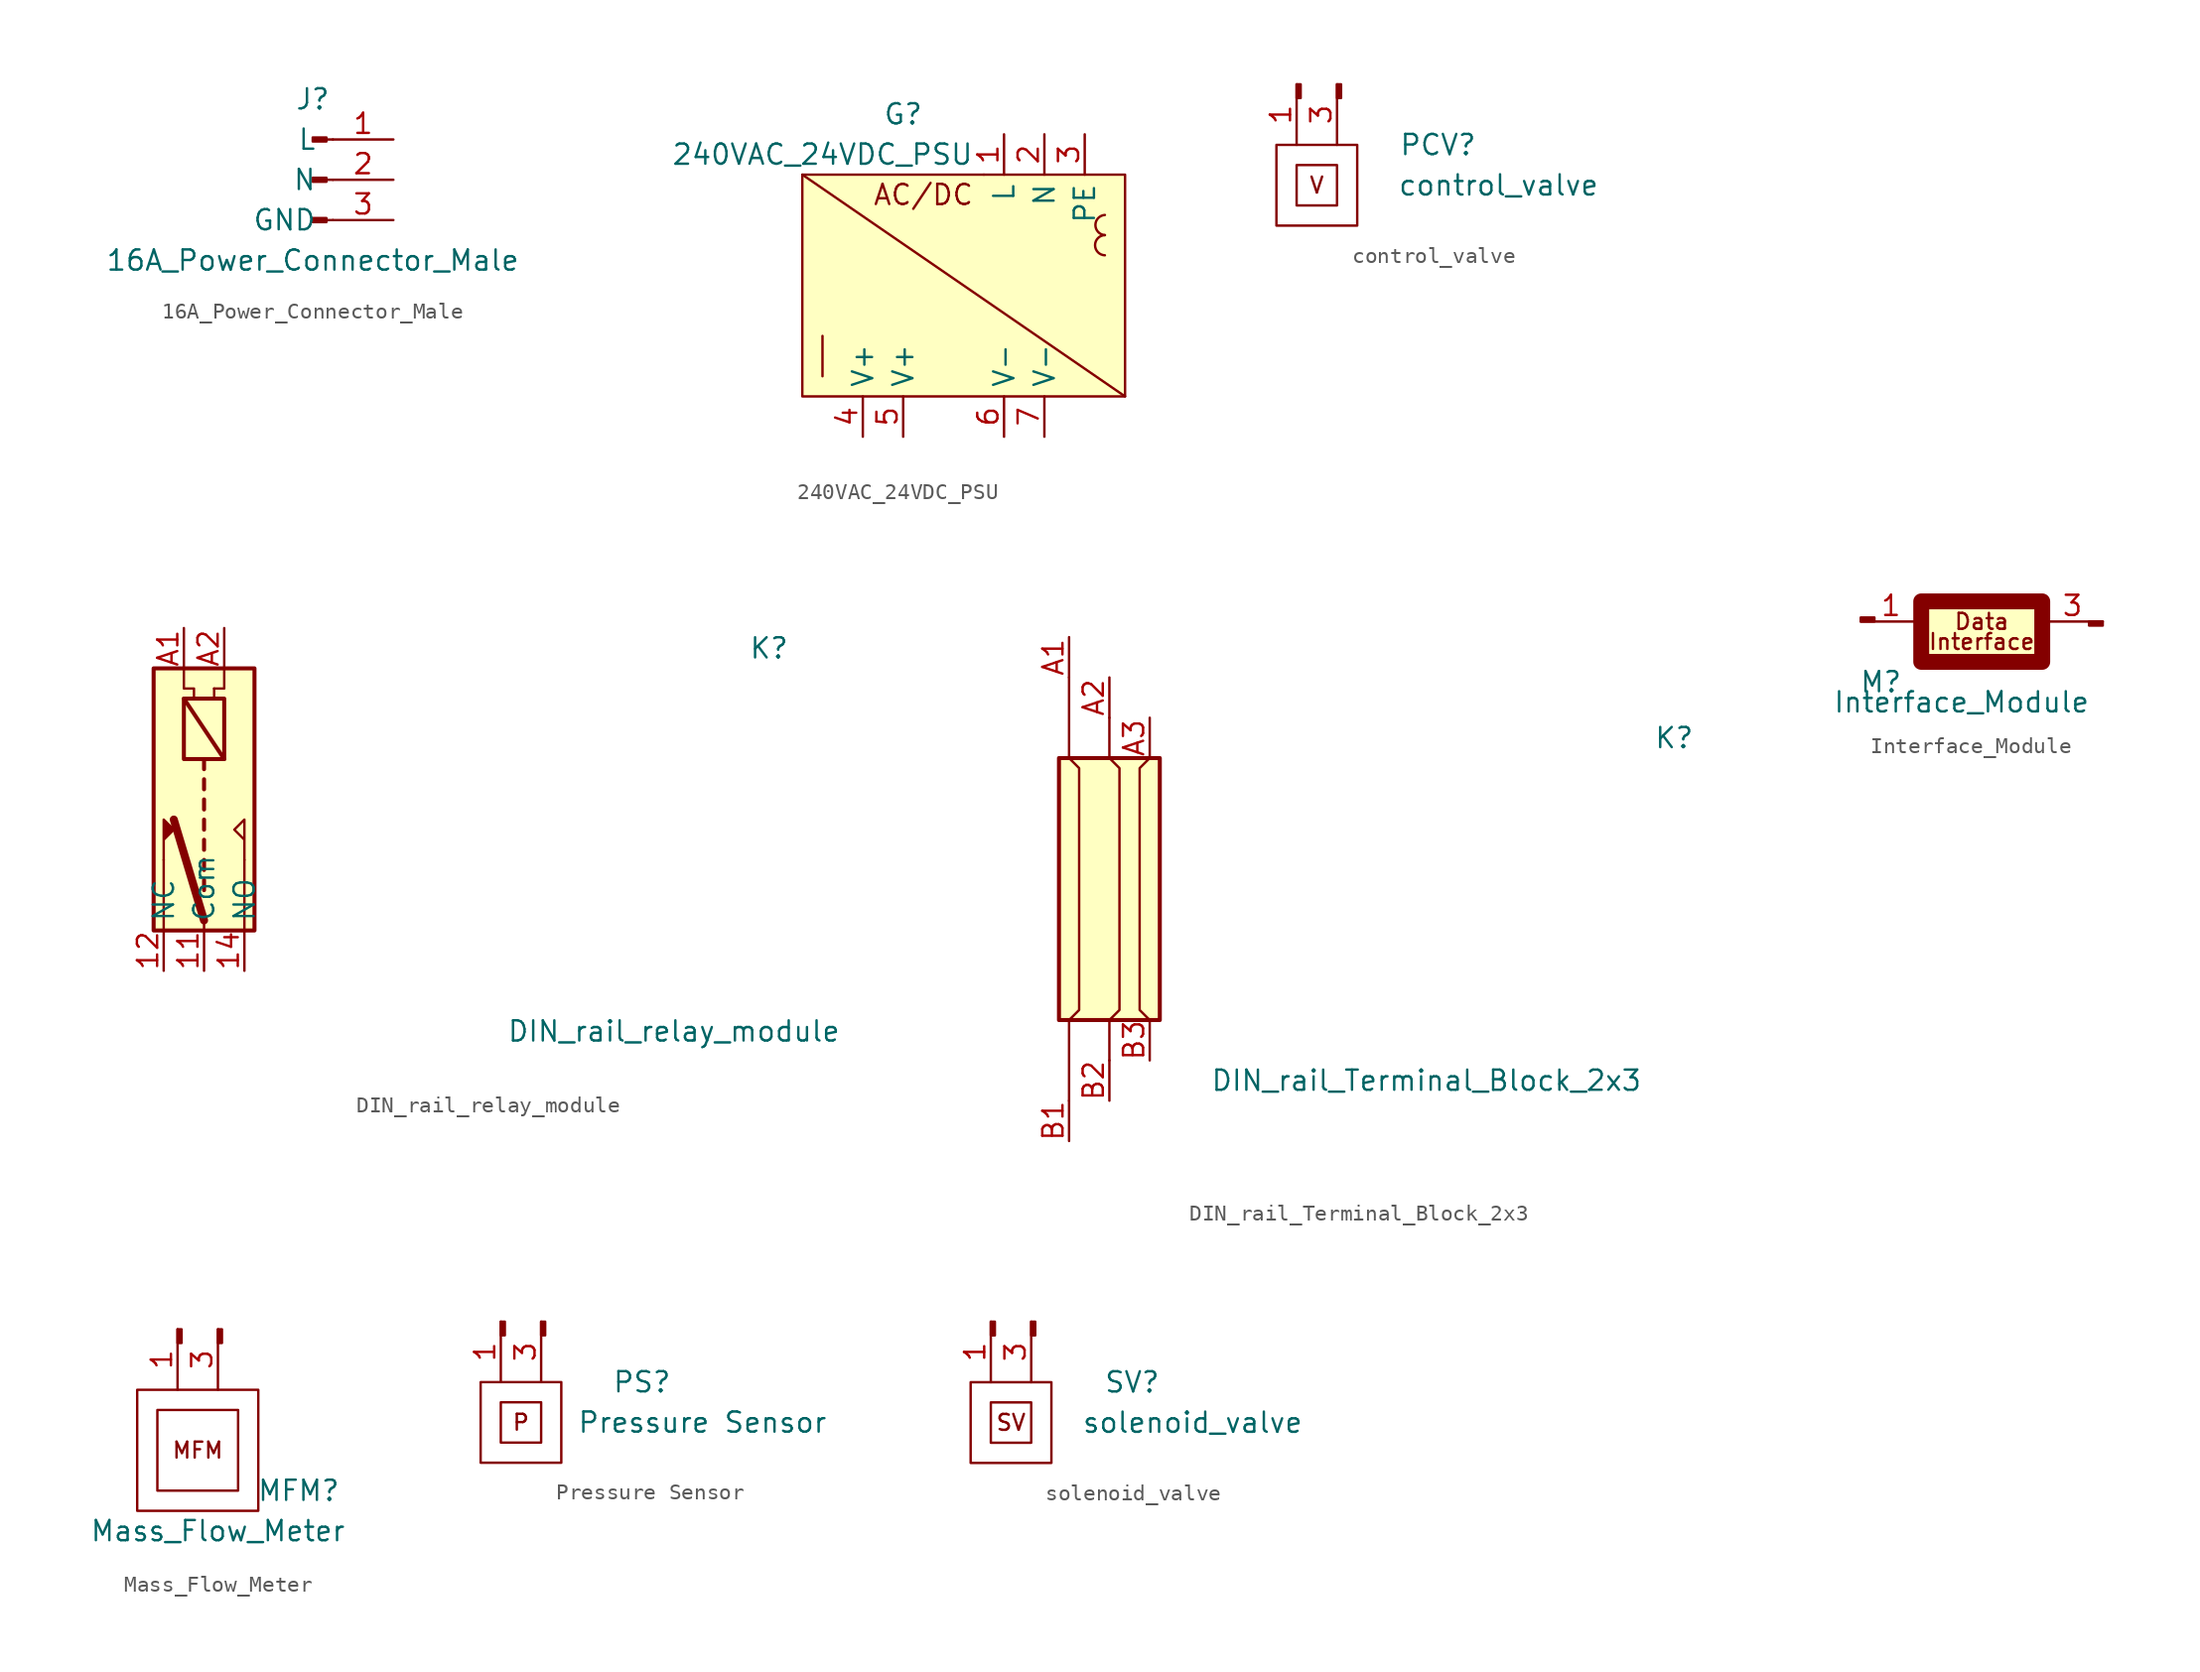
<source format=kicad_sym>
(kicad_symbol_lib
  (version 20211014)
  (generator kicad_symbol_editor)
  (symbol "16A_Power_Connector_Male"
    (pin_names
      (offset 1.016))
    (property "Reference" "J"
      (at 0 5.08 0)
      (effects (font (size 1.27 1.27))))
    (property "Value" "16A_Power_Connector_Male"
      (at 0 -5.08 0)
      (effects (font (size 1.27 1.27))))
    (symbol "16A_Power_Connector_Male_1_1"
      (polyline (pts (xy 1.27 -2.54) (xy 0.864 -2.54)) (stroke (width 0.152) (type default) (color 0 0 0 0)) (fill (type none)))
      (polyline (pts (xy 1.27 0) (xy 0.864 0)) (stroke (width 0.152) (type default) (color 0 0 0 0)) (fill (type none)))
      (polyline (pts (xy 1.27 2.54) (xy 0.864 2.54)) (stroke (width 0.152) (type default) (color 0 0 0 0)) (fill (type none)))
      (rectangle (start 0.864 -2.413) (end 0 -2.667) (stroke (width 0.152) (type default) (color 0 0 0 0)) (fill (type outline)))
      (rectangle (start 0.864 0.127) (end 0 -0.127) (stroke (width 0.152) (type default) (color 0 0 0 0)) (fill (type outline)))
      (rectangle (start 0.864 2.667) (end 0 2.413) (stroke (width 0.152) (type default) (color 0 0 0 0)) (fill (type outline)))
      (pin passive line (at 5.08 2.54 180) (length 3.81) (name "L" (effects (font (size 1.27 1.27)))) (number "1" (effects (font (size 1.27 1.27)))))
      (pin passive line (at 5.08 0 180) (length 3.81) (name "N" (effects (font (size 1.27 1.27)))) (number "2" (effects (font (size 1.27 1.27)))))
      (pin passive line (at 5.08 -2.54 180) (length 3.81) (name "GND" (effects (font (size 1.27 1.27)))) (number "3" (effects (font (size 1.27 1.27)))))))
  (symbol "240VAC_24VDC_PSU"
    (property "Reference" "G"
      (at -6.35 6.35 0)
      (effects (font (size 1.27 1.27))))
    (property "Value" "240VAC_24VDC_PSU"
      (at -11.43 3.81 0)
      (effects (font (size 1.27 1.27))))
    (symbol "240VAC_24VDC_PSU_0_0"
      (arc (start -1.27 2.54) (mid -1.27 2.54) (end -1.27 2.54) (stroke (width 0) (type default) (color 0 0 0 0)) (fill (type none)))
      (polyline (pts (xy -12.7 2.54) (xy 7.62 -11.43)) (stroke (width 0) (type default) (color 0 0 0 0)) (fill (type none)))
      (polyline (pts (xy -11.43 -7.62) (xy -11.43 -10.16)) (stroke (width 0) (type default) (color 0 0 0 0)) (fill (type none)))
      (arc (start 6.35 -1.27) (mid 5.7307 -1.905) (end 6.35 -2.54) (stroke (width 0) (type default) (color 0 0 0 0)) (fill (type none)))
      (arc (start 6.35 0) (mid 5.6747 -0.635) (end 6.35 -1.27) (stroke (width 0) (type default) (color 0 0 0 0)) (fill (type none)))
      (text "AC/DC" (at -5.08 1.27 0) (effects (font (size 1.27 1.27))))
      (pin power_in line (at 0 5.08 270) (length 2.54) (name "L" (effects (font (size 1.27 1.27)))) (number "1" (effects (font (size 1.27 1.27)))))
      (pin passive line (at 2.54 5.08 270) (length 2.54) (name "N" (effects (font (size 1.27 1.27)))) (number "2" (effects (font (size 1.27 1.27)))))
      (pin passive line (at 5.08 5.08 270) (length 2.54) (name "PE" (effects (font (size 1.27 1.27)))) (number "3" (effects (font (size 1.27 1.27)))))
      (pin passive line (at -8.89 -13.97 90) (length 2.54) (name "V+" (effects (font (size 1.27 1.27)))) (number "4" (effects (font (size 1.27 1.27)))))
      (pin passive line (at -6.35 -13.97 90) (length 2.54) (name "V+" (effects (font (size 1.27 1.27)))) (number "5" (effects (font (size 1.27 1.27)))))
      (pin passive line (at 0 -13.97 90) (length 2.54) (name "V-" (effects (font (size 1.27 1.27)))) (number "6" (effects (font (size 1.27 1.27)))))
      (pin passive line (at 2.54 -13.97 90) (length 2.54) (name "V-" (effects (font (size 1.27 1.27)))) (number "7" (effects (font (size 1.27 1.27))))))
    (symbol "240VAC_24VDC_PSU_0_1"
      (rectangle (start 7.62 2.54) (end -12.7 -11.43) (stroke (width 0) (type default) (color 0 0 0 0)) (fill (type background)))))
  (symbol "control_valve"
    (pin_names
      (offset 1.016) hide)
    (property "Reference" "PCV"
      (at 7.62 2.54 0)
      (effects (font (size 1.27 1.27))))
    (property "Value" "control_valve"
      (at 11.43 0 0)
      (effects (font (size 1.27 1.27))))
    (symbol "control_valve_0_0"
      (rectangle (start -1.27 1.27) (end 1.27 -1.27) (stroke (width 0) (type default) (color 0 0 0 0)) (fill (type none)))
      (text "V" (at 0 0 0) (effects (font (size 1 1)))))
    (symbol "control_valve_0_1"
      (rectangle (start -2.54 2.54) (end 2.54 -2.54) (stroke (width 0) (type default) (color 0 0 0 0)) (fill (type none))))
    (symbol "control_valve_1_1"
      (rectangle (start -1.27 6.35) (end -1.016 5.486) (stroke (width 0.152) (type default) (color 0 0 0 0)) (fill (type outline)))
      (rectangle (start 1.27 6.35) (end 1.524 5.486) (stroke (width 0.152) (type default) (color 0 0 0 0)) (fill (type outline)))
      (pin input line (at -1.27 6.35 270) (length 3.81) (name "V+" (effects (font (size 1.27 1.27)))) (number "1" (effects (font (size 1.27 1.27)))))
      (pin output line (at 1.27 6.35 270) (length 3.81) (name "Output" (effects (font (size 1.27 1.27)))) (number "3" (effects (font (size 1.27 1.27)))))))
  (symbol "DIN_rail_relay_module"
    (property "Reference" "K"
      (at 34.29 10.16 0)
      (effects (font (size 1.27 1.27)) (justify left)))
    (property "Value" "DIN_rail_relay_module"
      (at 19.05 -13.97 0)
      (effects (font (size 1.27 1.27)) (justify left)))
    (symbol "DIN_rail_relay_module_0_0"
      (polyline (pts (xy -2.54 -3.175) (xy -2.54 -7.62)) (stroke (width 0) (type default) (color 0 0 0 0)) (fill (type none)))
      (polyline (pts (xy 0 -6.985) (xy 0 -7.62)) (stroke (width 0) (type default) (color 0 0 0 0)) (fill (type none)))
      (polyline (pts (xy 0.635 7.62) (xy 0.635 6.985)) (stroke (width 0) (type default) (color 0 0 0 0)) (fill (type none)))
      (polyline (pts (xy 2.54 -3.175) (xy 2.54 -7.62)) (stroke (width 0) (type default) (color 0 0 0 0)) (fill (type none)))
      (polyline (pts (xy 0.635 7.62) (xy 1.27 7.62) (xy 1.27 8.89)) (stroke (width 0) (type default) (color 0 0 0 0)) (fill (type none)))
      (polyline (pts (xy -1.27 8.89) (xy -1.27 7.62) (xy -0.635 7.62) (xy -0.635 6.985)) (stroke (width 0) (type default) (color 0 0 0 0)) (fill (type none)))
      (polyline (pts (xy 2.54 -3.175) (xy 2.54 -0.635) (xy 1.905 -1.27) (xy 2.54 -1.905)) (stroke (width 0) (type default) (color 0 0 0 0)) (fill (type none))))
    (symbol "DIN_rail_relay_module_0_1"
      (rectangle (start -3.175 8.89) (end 3.175 -7.62) (stroke (width 0.254) (type default) (color 0 0 0 0)) (fill (type background)))
      (rectangle (start -1.27 6.985) (end 1.27 3.175) (stroke (width 0.254) (type default) (color 0 0 0 0)) (fill (type none)))
      (polyline (pts (xy -1.905 -0.635) (xy 0 -6.985)) (stroke (width 0.508) (type default) (color 0 0 0 0)) (fill (type none)))
      (polyline (pts (xy -1.27 6.985) (xy 1.27 3.175)) (stroke (width 0.254) (type default) (color 0 0 0 0)) (fill (type none)))
      (polyline (pts (xy 0 -4.445) (xy 0 -5.08)) (stroke (width 0.254) (type default) (color 0 0 0 0)) (fill (type none)))
      (polyline (pts (xy 0 -3.175) (xy 0 -3.81)) (stroke (width 0.254) (type default) (color 0 0 0 0)) (fill (type none)))
      (polyline (pts (xy 0 -1.905) (xy 0 -2.54)) (stroke (width 0.254) (type default) (color 0 0 0 0)) (fill (type none)))
      (polyline (pts (xy 0 -0.635) (xy 0 -1.27)) (stroke (width 0.254) (type default) (color 0 0 0 0)) (fill (type none)))
      (polyline (pts (xy 0 0.635) (xy 0 0)) (stroke (width 0.254) (type default) (color 0 0 0 0)) (fill (type none)))
      (polyline (pts (xy 0 1.905) (xy 0 1.27)) (stroke (width 0.254) (type default) (color 0 0 0 0)) (fill (type none)))
      (polyline (pts (xy 0 3.175) (xy 0 2.54)) (stroke (width 0.254) (type default) (color 0 0 0 0)) (fill (type none)))
      (polyline (pts (xy -2.54 -3.175) (xy -2.54 -0.635) (xy -1.905 -1.27) (xy -2.54 -1.905)) (stroke (width 0) (type default) (color 0 0 0 0)) (fill (type outline))))
    (symbol "DIN_rail_relay_module_1_1"
      (pin passive line (at 0 -10.16 90) (length 2.54) (name "Com" (effects (font (size 1.27 1.27)))) (number "11" (effects (font (size 1.27 1.27)))))
      (pin passive line (at -2.54 -10.16 90) (length 2.54) (name "NC" (effects (font (size 1.27 1.27)))) (number "12" (effects (font (size 1.27 1.27)))))
      (pin passive line (at 2.54 -10.16 90) (length 2.54) (name "NO" (effects (font (size 1.27 1.27)))) (number "14" (effects (font (size 1.27 1.27)))))
      (pin passive line (at -1.27 11.43 270) (length 2.54) (name "~" (effects (font (size 1.27 1.27)))) (number "A1" (effects (font (size 1.27 1.27)))))
      (pin passive line (at 1.27 11.43 270) (length 2.54) (name "~" (effects (font (size 1.27 1.27)))) (number "A2" (effects (font (size 1.27 1.27)))))))
  (symbol "DIN_rail_Terminal_Block_2x3"
    (property "Reference" "K"
      (at 34.29 10.16 0)
      (effects (font (size 1.27 1.27)) (justify left)))
    (property "Value" "DIN_rail_Terminal_Block_2x3"
      (at 6.35 -11.43 0)
      (effects (font (size 1.27 1.27)) (justify left)))
    (symbol "DIN_rail_Terminal_Block_2x3_0_1"
      (rectangle (start -3.175 8.89) (end 3.175 -7.62) (stroke (width 0.254) (type default) (color 0 0 0 0)) (fill (type background)))
      (polyline (pts (xy -2.54 -12.7) (xy -2.54 -7.62)) (stroke (width 0) (type default) (color 0 0 0 0)) (fill (type none)))
      (polyline (pts (xy -2.54 13.97) (xy -2.54 8.89)) (stroke (width 0) (type default) (color 0 0 0 0)) (fill (type none)))
      (polyline (pts (xy 0 -10.16) (xy 0 -7.62)) (stroke (width 0) (type default) (color 0 0 0 0)) (fill (type none)))
      (polyline (pts (xy 0 11.43) (xy 0 8.89)) (stroke (width 0) (type default) (color 0 0 0 0)) (fill (type none)))
      (polyline (pts (xy 0 8.89) (xy 0.635 8.255) (xy 0.635 -6.985) (xy 0 -7.62)) (stroke (width 0) (type default) (color 0 0 0 0)) (fill (type none)))
      (polyline (pts (xy 2.54 8.89) (xy 1.905 8.255) (xy 1.905 -6.985) (xy 2.54 -7.62)) (stroke (width 0) (type default) (color 0 0 0 0)) (fill (type none)))
      (polyline (pts (xy -2.54 -7.62) (xy -1.905 -6.985) (xy -1.905 7.62) (xy -1.905 8.255) (xy -2.54 8.89)) (stroke (width 0) (type default) (color 0 0 0 0)) (fill (type none))))
    (symbol "DIN_rail_Terminal_Block_2x3_1_1"
      (pin passive line (at -2.54 16.51 270) (length 2.54) (name "~" (effects (font (size 1.27 1.27)))) (number "A1" (effects (font (size 1.27 1.27)))))
      (pin passive line (at 0 13.97 270) (length 2.54) (name "~" (effects (font (size 1.27 1.27)))) (number "A2" (effects (font (size 1.27 1.27)))))
      (pin passive line (at 2.54 11.43 270) (length 2.54) (name "~" (effects (font (size 1.27 1.27)))) (number "A3" (effects (font (size 1.27 1.27)))))
      (pin passive line (at -2.54 -15.24 90) (length 2.54) (name "~" (effects (font (size 1.27 1.27)))) (number "B1" (effects (font (size 1.27 1.27)))))
      (pin passive line (at 0 -12.7 90) (length 2.54) (name "~" (effects (font (size 1.27 1.27)))) (number "B2" (effects (font (size 1.27 1.27)))))
      (pin passive line (at 2.54 -10.16 90) (length 2.54) (name "~" (effects (font (size 1.27 1.27)))) (number "B3" (effects (font (size 1.27 1.27)))))))
  (symbol "Interface_Module"
    (pin_names
      (offset 1.016) hide)
    (property "Reference" "M"
      (at -6.35 -3.81 0)
      (effects (font (size 1.27 1.27))))
    (property "Value" "Interface_Module"
      (at -1.27 -5.08 0)
      (effects (font (size 1.27 1.27))))
    (symbol "Interface_Module_0_0"
      (rectangle (start -3.81 1.27) (end 3.81 -2.54) (stroke (width 0) (type default) (color 0 0 0 0)) (fill (type background)))
      (text "Data" (at 0 0 0) (effects (font (size 1 1))))
      (text "Interface" (at 0 -1.27 0) (effects (font (size 1 1)))))
    (symbol "Interface_Module_0_1"
      (rectangle (start -3.81 1.27) (end 3.81 -2.54) (stroke (width 1) (type default) (color 0 0 0 0)) (fill (type none))))
    (symbol "Interface_Module_1_1"
      (rectangle (start -7.62 0) (end -6.756 0.254) (stroke (width 0.152) (type default) (color 0 0 0 0)) (fill (type outline)))
      (rectangle (start 7.62 0) (end 6.756 -0.254) (stroke (width 0.152) (type default) (color 0 0 0 0)) (fill (type outline)))
      (pin input line (at -7.62 0 0) (length 3.81) (name "V+" (effects (font (size 1.27 1.27)))) (number "1" (effects (font (size 1.27 1.27)))))
      (pin output line (at 7.62 0 180) (length 3.81) (name "Output" (effects (font (size 1.27 1.27)))) (number "3" (effects (font (size 1.27 1.27)))))))
  (symbol "Mass_Flow_Meter"
    (pin_names
      (offset 1.016) hide)
    (property "Reference" "MFM"
      (at 6.35 -3.81 0)
      (effects (font (size 1.27 1.27))))
    (property "Value" "Mass_Flow_Meter"
      (at 1.27 -6.35 0)
      (effects (font (size 1.27 1.27))))
    (symbol "Mass_Flow_Meter_0_0"
      (rectangle (start -2.54 1.27) (end 2.54 -3.81) (stroke (width 0) (type default) (color 0 0 0 0)) (fill (type none)))
      (text "MFM" (at 0 -1.27 0) (effects (font (size 1 1)))))
    (symbol "Mass_Flow_Meter_0_1"
      (rectangle (start -3.81 2.54) (end 3.81 -5.08) (stroke (width 0) (type default) (color 0 0 0 0)) (fill (type none))))
    (symbol "Mass_Flow_Meter_1_1"
      (rectangle (start -1.27 6.35) (end -1.016 5.486) (stroke (width 0.152) (type default) (color 0 0 0 0)) (fill (type outline)))
      (rectangle (start 1.27 6.35) (end 1.524 5.486) (stroke (width 0.152) (type default) (color 0 0 0 0)) (fill (type outline)))
      (pin input line (at -1.27 6.35 270) (length 3.81) (name "V+" (effects (font (size 1.27 1.27)))) (number "1" (effects (font (size 1.27 1.27)))))
      (pin output line (at 1.27 6.35 270) (length 3.81) (name "Output" (effects (font (size 1.27 1.27)))) (number "3" (effects (font (size 1.27 1.27)))))))
  (symbol "Pressure Sensor"
    (pin_names
      (offset 1.016) hide)
    (property "Reference" "PS"
      (at 7.62 2.54 0)
      (effects (font (size 1.27 1.27))))
    (property "Value" "Pressure Sensor"
      (at 11.43 0 0)
      (effects (font (size 1.27 1.27))))
    (symbol "Pressure Sensor_0_0"
      (rectangle (start -1.27 1.27) (end 1.27 -1.27) (stroke (width 0) (type default) (color 0 0 0 0)) (fill (type none)))
      (text "P" (at 0 0 0) (effects (font (size 1 1)))))
    (symbol "Pressure Sensor_0_1"
      (rectangle (start -2.54 2.54) (end 2.54 -2.54) (stroke (width 0) (type default) (color 0 0 0 0)) (fill (type none))))
    (symbol "Pressure Sensor_1_1"
      (rectangle (start -1.27 6.35) (end -1.016 5.486) (stroke (width 0.152) (type default) (color 0 0 0 0)) (fill (type outline)))
      (rectangle (start 1.27 6.35) (end 1.524 5.486) (stroke (width 0.152) (type default) (color 0 0 0 0)) (fill (type outline)))
      (pin input line (at -1.27 6.35 270) (length 3.81) (name "V+" (effects (font (size 1.27 1.27)))) (number "1" (effects (font (size 1.27 1.27)))))
      (pin output line (at 1.27 6.35 270) (length 3.81) (name "Output" (effects (font (size 1.27 1.27)))) (number "3" (effects (font (size 1.27 1.27)))))))
  (symbol "solenoid_valve"
    (pin_names
      (offset 1.016) hide)
    (property "Reference" "SV"
      (at 7.62 2.54 0)
      (effects (font (size 1.27 1.27))))
    (property "Value" "solenoid_valve"
      (at 11.43 0 0)
      (effects (font (size 1.27 1.27))))
    (symbol "solenoid_valve_0_0"
      (rectangle (start -1.27 1.27) (end 1.27 -1.27) (stroke (width 0) (type default) (color 0 0 0 0)) (fill (type none)))
      (text "SV" (at 0 0 0) (effects (font (size 1 1)))))
    (symbol "solenoid_valve_0_1"
      (rectangle (start -2.54 2.54) (end 2.54 -2.54) (stroke (width 0) (type default) (color 0 0 0 0)) (fill (type none))))
    (symbol "solenoid_valve_1_1"
      (rectangle (start -1.27 6.35) (end -1.016 5.486) (stroke (width 0.152) (type default) (color 0 0 0 0)) (fill (type outline)))
      (rectangle (start 1.27 6.35) (end 1.524 5.486) (stroke (width 0.152) (type default) (color 0 0 0 0)) (fill (type outline)))
      (pin input line (at -1.27 6.35 270) (length 3.81) (name "V+" (effects (font (size 1.27 1.27)))) (number "1" (effects (font (size 1.27 1.27)))))
      (pin output line (at 1.27 6.35 270) (length 3.81) (name "Output" (effects (font (size 1.27 1.27)))) (number "3" (effects (font (size 1.27 1.27))))))))
</source>
